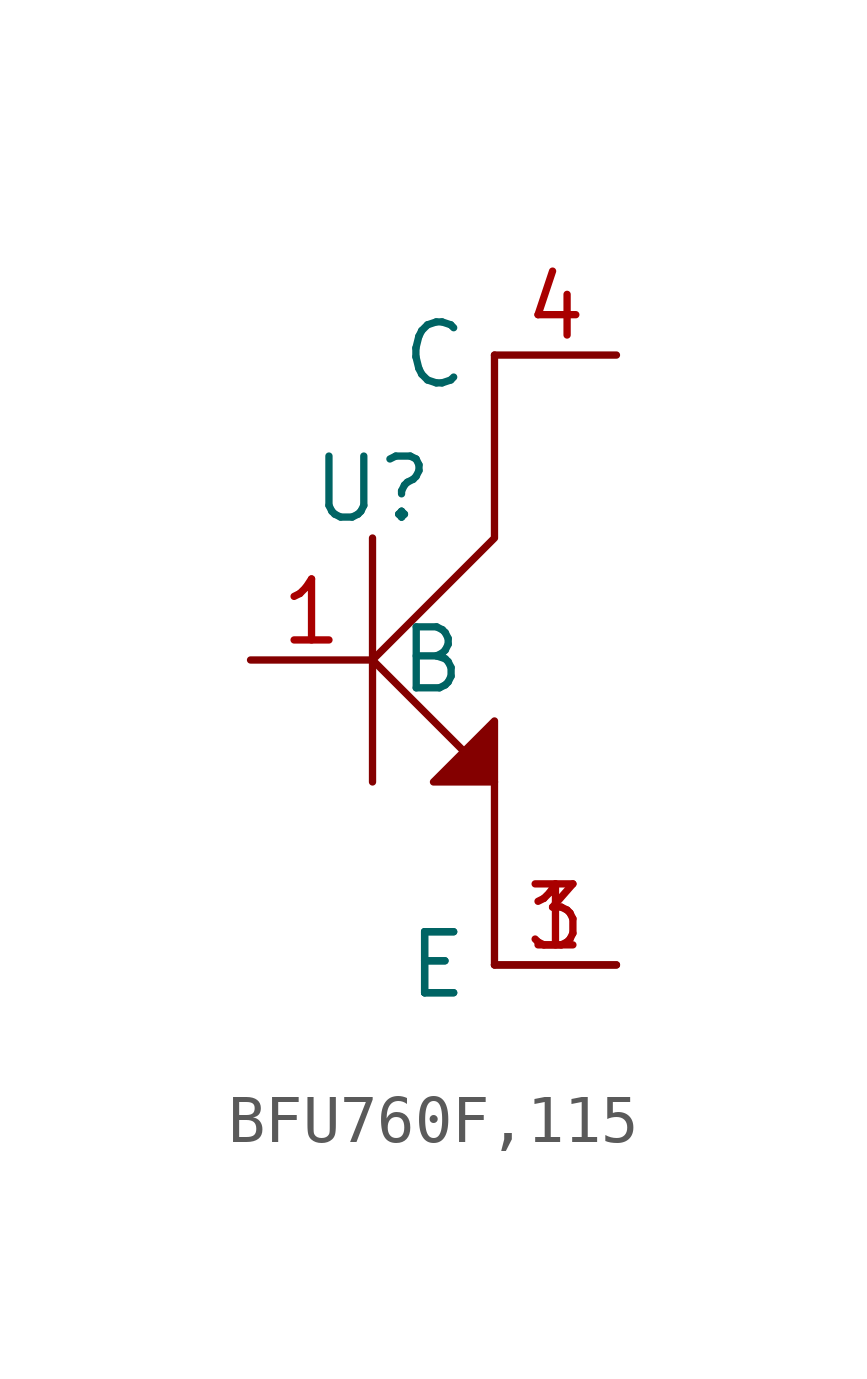
<source format=kicad_sym>
(kicad_symbol_lib
  (version 20231120)
  (generator "kicad_symbol_editor")
  (generator_version "8.0")
  (symbol "BFU760F,115"
    (property "Reference" "U"
      (at 0 3.556 0)
      (effects (font (size 1.27 1.27))))
    (property "Value" ""
      (at 0 0 0)
      (effects (font (size 1.27 1.27))))
    (symbol "BFU760F,115_0_1"
      (polyline (pts (xy 0 2.54) (xy 0 -2.54)) (stroke (width 0) (type default)) (fill (type none)))
      (polyline (pts (xy 0 0) (xy 2.54 -2.54) (xy 2.54 -6.35)) (stroke (width 0) (type default)) (fill (type none)))
      (polyline (pts (xy 0 0) (xy 2.54 2.54) (xy 2.54 6.35)) (stroke (width 0) (type default)) (fill (type none))))
    (symbol "BFU760F,115_1_1"
      (polyline (pts (xy 2.54 -2.54) (xy 2.54 -1.27) (xy 1.27 -2.54) (xy 2.54 -2.54)) (stroke (width 0) (type default)) (fill (type outline)))
      (pin input line (at -2.54 0 0) (length 2.54) (name "B" (effects (font (size 1.27 1.27)))) (number "1" (effects (font (size 1.27 1.27)))))
      (pin input line (at 5.08 -6.35 180) (length 2.54) (name "E" (effects (font (size 1.27 1.27)))) (number "1" (effects (font (size 1.27 1.27)))))
      (pin input line (at 5.08 -6.35 180) (length 2.54) (name "E" (effects (font (size 1.27 1.27)))) (number "3" (effects (font (size 1.27 1.27)))))
      (pin input line (at 5.08 6.35 180) (length 2.54) (name "C" (effects (font (size 1.27 1.27)))) (number "4" (effects (font (size 1.27 1.27))))))))
</source>
